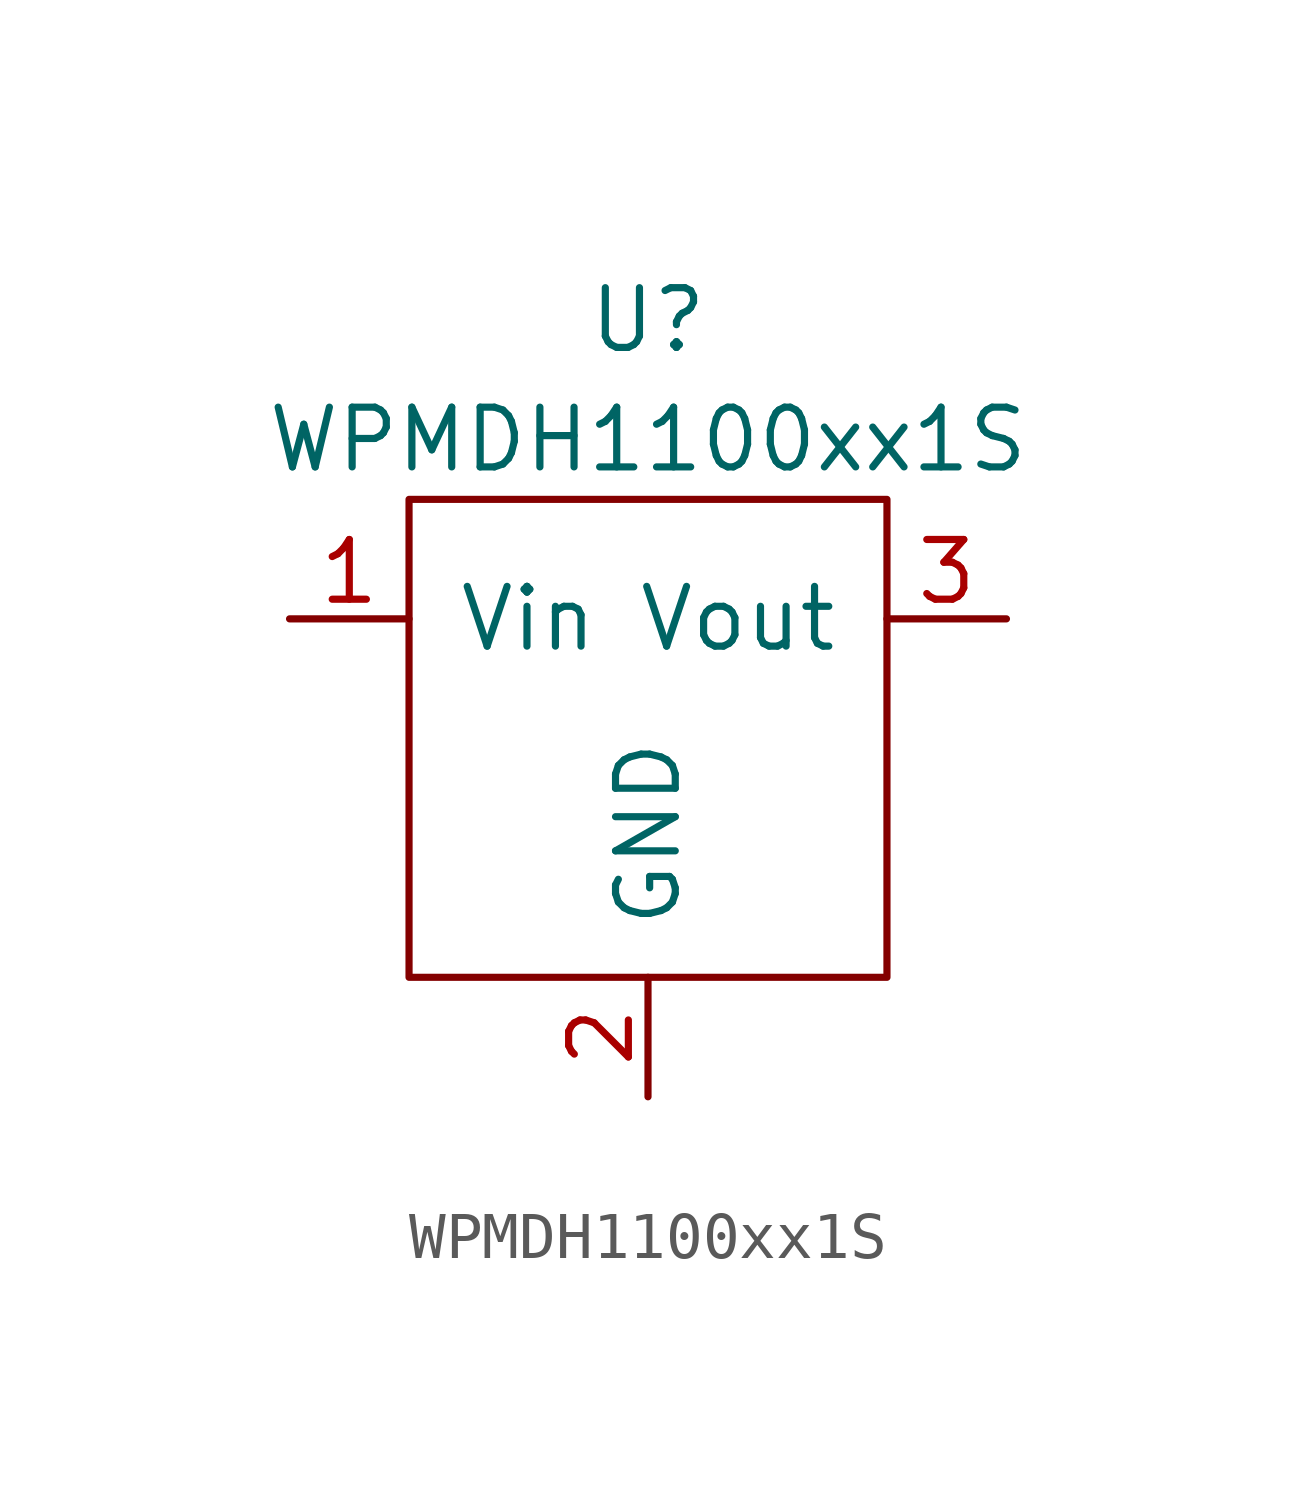
<source format=kicad_sym>
(kicad_symbol_lib
  (version 20211014)
  (generator kicad_symbol_editor)
  (symbol "WPMDH1100xx1S"
    (pin_names
      (offset 1.016))
    (property "Reference" "U"
      (at 0 8.89 0)
      (effects (font (size 1.27 1.27))))
    (property "Value" "WPMDH1100xx1S"
      (at 0 6.35 0)
      (effects (font (size 1.27 1.27))))
    (symbol "WPMDH1100xx1S_0_1"
      (rectangle (start -5.08 -5.08) (end 5.08 5.08) (stroke (width 0) (type default) (color 0 0 0 0)) (fill (type none))))
    (symbol "WPMDH1100xx1S_1_1"
      (pin power_in line (at -7.62 2.54 0) (length 2.54) (name "Vin" (effects (font (size 1.27 1.27)))) (number "1" (effects (font (size 1.27 1.27)))))
      (pin power_in line (at 0 -7.62 90) (length 2.54) (name "GND" (effects (font (size 1.27 1.27)))) (number "2" (effects (font (size 1.27 1.27)))))
      (pin power_out line (at 7.62 2.54 180) (length 2.54) (name "Vout" (effects (font (size 1.27 1.27)))) (number "3" (effects (font (size 1.27 1.27))))))))
</source>
